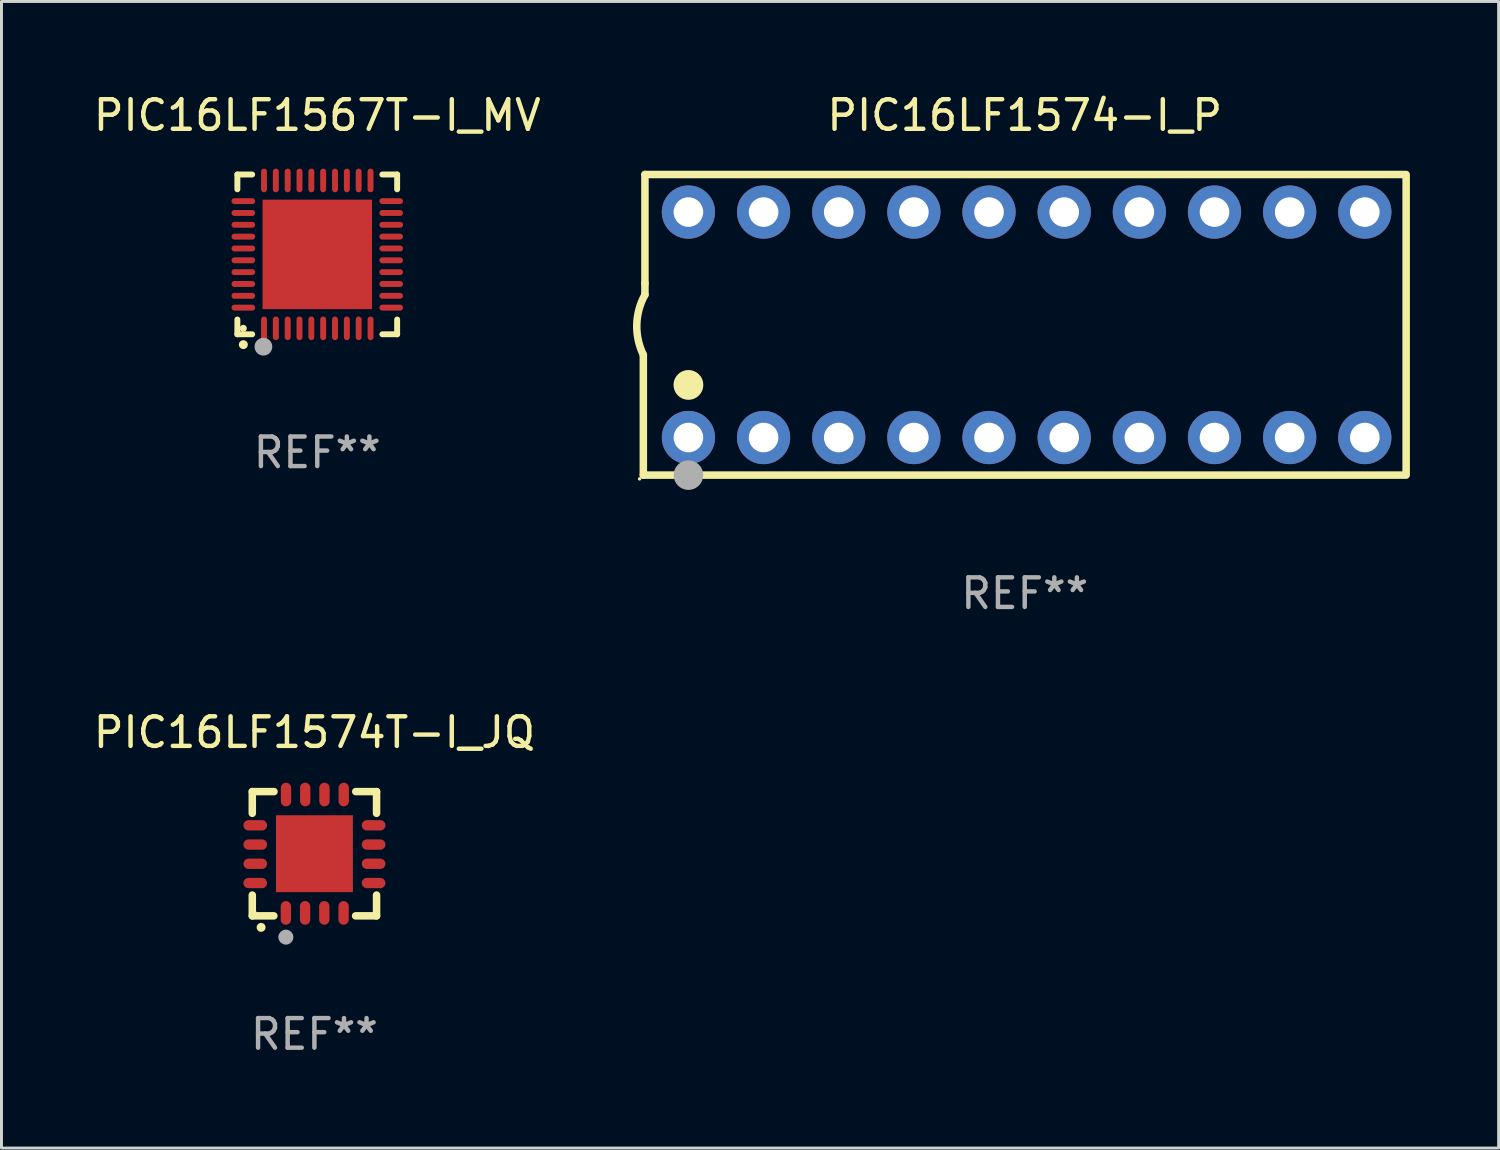
<source format=kicad_pcb>
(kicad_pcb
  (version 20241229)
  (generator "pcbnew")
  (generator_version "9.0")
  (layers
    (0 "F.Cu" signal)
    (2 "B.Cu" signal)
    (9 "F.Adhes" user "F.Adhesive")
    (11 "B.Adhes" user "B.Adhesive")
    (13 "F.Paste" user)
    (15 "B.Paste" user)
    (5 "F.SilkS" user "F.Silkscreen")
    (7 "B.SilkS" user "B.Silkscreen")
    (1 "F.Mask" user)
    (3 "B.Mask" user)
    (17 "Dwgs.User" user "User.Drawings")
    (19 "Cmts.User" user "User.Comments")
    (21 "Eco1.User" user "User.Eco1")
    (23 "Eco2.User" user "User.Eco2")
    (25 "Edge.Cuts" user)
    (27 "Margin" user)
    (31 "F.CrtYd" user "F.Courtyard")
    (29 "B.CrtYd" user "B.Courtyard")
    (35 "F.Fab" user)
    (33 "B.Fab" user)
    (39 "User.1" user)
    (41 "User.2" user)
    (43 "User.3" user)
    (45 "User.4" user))
  (footprint "PIC16LF1574-I_P"
    (layer "F.Cu")
    (at 31.585 7.928)
    (property "Reference" "PIC16LF1574-I_P" (at 0 -7.08 0) (layer "F.SilkS") (effects (font (size 1 1) (thickness 0.15))))
    (attr through_hole)
    (fp_line (start -12.891 5.08) (end -12.891 1.016) (stroke (width 0.254) (type solid)) (layer "F.SilkS"))
    (fp_line (start -12.891 5.08) (end 12.891 5.08) (stroke (width 0.254) (type solid)) (layer "F.SilkS"))
    (fp_line (start -12.837 -5.08) (end -12.837 -1.397) (stroke (width 0.254) (type solid)) (layer "F.SilkS"))
    (fp_line (start -12.837 -5.08) (end 12.891 -5.08) (stroke (width 0.254) (type solid)) (layer "F.SilkS"))
    (fp_line (start -12.837 -1.397) (end -12.837 -1.016) (stroke (width 0.254) (type solid)) (layer "F.SilkS"))
    (fp_line (start 12.891 -5) (end 12.891 5) (stroke (width 0.254) (type solid)) (layer "F.SilkS"))
    (fp_arc (start -12.890526 1.016002) (mid -13.111945 -0.006602) (end -12.836525 -1.016002) (stroke (width 0.254001) (type solid)) (layer "F.SilkS"))
    (fp_circle (center -13.018 5.207) (end -12.988 5.207) (stroke (width 0.06) (type solid)) (fill no) (layer "F.SilkS"))
    (fp_circle (center -11.367 2.032) (end -11.113 2.032) (stroke (width 0.5) (type solid)) (fill no) (layer "F.SilkS"))
    (fp_circle (center -11.367 5.08) (end -11.117 5.08) (stroke (width 0.5) (type solid)) (fill no) (layer "F.Fab"))
    (fp_text user "REF**" (at 0 9.08 0) (layer "F.Fab") (effects (font (size 1 1) (thickness 0.15))))
    (pad "1" thru_hole circle (at -11.367 3.81) (size 1.8 1.8) (drill 1) (layers "*.Cu" "*.Mask"))
    (pad "2" thru_hole circle (at -8.827 3.81) (size 1.8 1.8) (drill 1) (layers "*.Cu" "*.Mask"))
    (pad "3" thru_hole circle (at -6.287 3.81) (size 1.8 1.8) (drill 1) (layers "*.Cu" "*.Mask"))
    (pad "4" thru_hole circle (at -3.747 3.81) (size 1.8 1.8) (drill 1) (layers "*.Cu" "*.Mask"))
    (pad "5" thru_hole circle (at -1.207 3.81) (size 1.8 1.8) (drill 1) (layers "*.Cu" "*.Mask"))
    (pad "6" thru_hole circle (at 1.334 3.81) (size 1.8 1.8) (drill 1) (layers "*.Cu" "*.Mask"))
    (pad "7" thru_hole circle (at 3.874 3.81) (size 1.8 1.8) (drill 1) (layers "*.Cu" "*.Mask"))
    (pad "8" thru_hole circle (at 6.414 3.81) (size 1.8 1.8) (drill 1) (layers "*.Cu" "*.Mask"))
    (pad "9" thru_hole circle (at 8.954 3.81) (size 1.8 1.8) (drill 1) (layers "*.Cu" "*.Mask"))
    (pad "10" thru_hole circle (at 11.494 3.81) (size 1.8 1.8) (drill 1) (layers "*.Cu" "*.Mask"))
    (pad "11" thru_hole circle (at 11.494 -3.81) (size 1.8 1.8) (drill 1) (layers "*.Cu" "*.Mask"))
    (pad "12" thru_hole circle (at 8.954 -3.81) (size 1.8 1.8) (drill 1) (layers "*.Cu" "*.Mask"))
    (pad "13" thru_hole circle (at 6.414 -3.81) (size 1.8 1.8) (drill 1) (layers "*.Cu" "*.Mask"))
    (pad "14" thru_hole circle (at 3.874 -3.81) (size 1.8 1.8) (drill 1) (layers "*.Cu" "*.Mask"))
    (pad "15" thru_hole circle (at 1.334 -3.81) (size 1.8 1.8) (drill 1) (layers "*.Cu" "*.Mask"))
    (pad "16" thru_hole circle (at -1.207 -3.81) (size 1.8 1.8) (drill 1) (layers "*.Cu" "*.Mask"))
    (pad "17" thru_hole circle (at -3.747 -3.81) (size 1.8 1.8) (drill 1) (layers "*.Cu" "*.Mask"))
    (pad "18" thru_hole circle (at -6.287 -3.81) (size 1.8 1.8) (drill 1) (layers "*.Cu" "*.Mask"))
    (pad "19" thru_hole circle (at -8.827 -3.81) (size 1.8 1.8) (drill 1) (layers "*.Cu" "*.Mask"))
    (pad "20" thru_hole circle (at -11.367 -3.81) (size 1.8 1.8) (drill 1) (layers "*.Cu" "*.Mask")))
  (footprint "PIC16LF1567T-I_MV"
    (layer "F.Cu")
    (at 7.673 5.548)
    (property "Reference" "PIC16LF1567T-I_MV" (at 0 -4.7 0) (layer "F.SilkS") (effects (font (size 1 1) (thickness 0.15))))
    (attr through_hole)
    (fp_line (start -2.7 -2.7) (end -2.7 -2.2) (stroke (width 0.2) (type solid)) (layer "F.SilkS"))
    (fp_line (start -2.7 2.7) (end -2.7 2.2) (stroke (width 0.2) (type solid)) (layer "F.SilkS"))
    (fp_line (start -2.2 -2.7) (end -2.7 -2.7) (stroke (width 0.2) (type solid)) (layer "F.SilkS"))
    (fp_line (start -2.2 2.7) (end -2.7 2.7) (stroke (width 0.2) (type solid)) (layer "F.SilkS"))
    (fp_line (start 2.7 -2.7) (end 2.2 -2.7) (stroke (width 0.2) (type solid)) (layer "F.SilkS"))
    (fp_line (start 2.7 -2.2) (end 2.7 -2.7) (stroke (width 0.2) (type solid)) (layer "F.SilkS"))
    (fp_line (start 2.7 2.2) (end 2.7 2.7) (stroke (width 0.2) (type solid)) (layer "F.SilkS"))
    (fp_line (start 2.7 2.7) (end 2.2 2.7) (stroke (width 0.2) (type solid)) (layer "F.SilkS"))
    (fp_arc (start -2.499365 3.050546) (mid -2.498095 3.050541) (end -2.496825 3.050546) (stroke (width 0.3) (type solid)) (layer "F.SilkS"))
    (fp_circle (center -2.5 2.5) (end -2.44 2.5) (stroke (width 0.12) (type solid)) (fill no) (layer "F.SilkS"))
    (fp_circle (center -1.82 3.12) (end -1.67 3.12) (stroke (width 0.3) (type solid)) (fill no) (layer "F.Fab"))
    (fp_text user "REF**" (at 0 6.7 0) (layer "F.Fab") (effects (font (size 1 1) (thickness 0.15))))
    (pad "1" smd oval (at -1.8 2.499) (size 0.2 0.8) (layers "F.Cu" "F.Mask" "F.Paste"))
    (pad "2" smd oval (at -1.4 2.499) (size 0.2 0.8) (layers "F.Cu" "F.Mask" "F.Paste"))
    (pad "3" smd oval (at -1 2.499) (size 0.2 0.8) (layers "F.Cu" "F.Mask" "F.Paste"))
    (pad "4" smd oval (at -0.6 2.499) (size 0.2 0.8) (layers "F.Cu" "F.Mask" "F.Paste"))
    (pad "5" smd oval (at -0.2 2.499) (size 0.2 0.8) (layers "F.Cu" "F.Mask" "F.Paste"))
    (pad "6" smd oval (at 0.2 2.499) (size 0.2 0.8) (layers "F.Cu" "F.Mask" "F.Paste"))
    (pad "7" smd oval (at 0.6 2.499) (size 0.2 0.8) (layers "F.Cu" "F.Mask" "F.Paste"))
    (pad "8" smd oval (at 1 2.499) (size 0.2 0.8) (layers "F.Cu" "F.Mask" "F.Paste"))
    (pad "9" smd oval (at 1.4 2.499) (size 0.2 0.8) (layers "F.Cu" "F.Mask" "F.Paste"))
    (pad "10" smd oval (at 1.8 2.499) (size 0.2 0.8) (layers "F.Cu" "F.Mask" "F.Paste"))
    (pad "11" smd oval (at 2.499 1.8) (size 0.8 0.2) (layers "F.Cu" "F.Mask" "F.Paste"))
    (pad "12" smd oval (at 2.499 1.4) (size 0.8 0.2) (layers "F.Cu" "F.Mask" "F.Paste"))
    (pad "13" smd oval (at 2.499 1) (size 0.8 0.2) (layers "F.Cu" "F.Mask" "F.Paste"))
    (pad "14" smd oval (at 2.499 0.6) (size 0.8 0.2) (layers "F.Cu" "F.Mask" "F.Paste"))
    (pad "15" smd oval (at 2.499 0.2) (size 0.8 0.2) (layers "F.Cu" "F.Mask" "F.Paste"))
    (pad "16" smd oval (at 2.499 -0.2) (size 0.8 0.2) (layers "F.Cu" "F.Mask" "F.Paste"))
    (pad "17" smd oval (at 2.499 -0.6) (size 0.8 0.2) (layers "F.Cu" "F.Mask" "F.Paste"))
    (pad "18" smd oval (at 2.499 -1) (size 0.8 0.2) (layers "F.Cu" "F.Mask" "F.Paste"))
    (pad "19" smd oval (at 2.499 -1.4) (size 0.8 0.2) (layers "F.Cu" "F.Mask" "F.Paste"))
    (pad "20" smd oval (at 2.499 -1.8) (size 0.8 0.2) (layers "F.Cu" "F.Mask" "F.Paste"))
    (pad "21" smd oval (at 1.8 -2.499) (size 0.2 0.8) (layers "F.Cu" "F.Mask" "F.Paste"))
    (pad "22" smd oval (at 1.4 -2.499) (size 0.2 0.8) (layers "F.Cu" "F.Mask" "F.Paste"))
    (pad "23" smd oval (at 1 -2.499) (size 0.2 0.8) (layers "F.Cu" "F.Mask" "F.Paste"))
    (pad "24" smd oval (at 0.6 -2.499) (size 0.2 0.8) (layers "F.Cu" "F.Mask" "F.Paste"))
    (pad "25" smd oval (at 0.2 -2.499) (size 0.2 0.8) (layers "F.Cu" "F.Mask" "F.Paste"))
    (pad "26" smd oval (at -0.2 -2.499) (size 0.2 0.8) (layers "F.Cu" "F.Mask" "F.Paste"))
    (pad "27" smd oval (at -0.6 -2.499) (size 0.2 0.8) (layers "F.Cu" "F.Mask" "F.Paste"))
    (pad "28" smd oval (at -1 -2.499) (size 0.2 0.8) (layers "F.Cu" "F.Mask" "F.Paste"))
    (pad "29" smd oval (at -1.4 -2.499) (size 0.2 0.8) (layers "F.Cu" "F.Mask" "F.Paste"))
    (pad "30" smd oval (at -1.8 -2.499) (size 0.2 0.8) (layers "F.Cu" "F.Mask" "F.Paste"))
    (pad "31" smd oval (at -2.499 -1.8) (size 0.8 0.2) (layers "F.Cu" "F.Mask" "F.Paste"))
    (pad "32" smd oval (at -2.499 -1.4) (size 0.8 0.2) (layers "F.Cu" "F.Mask" "F.Paste"))
    (pad "33" smd oval (at -2.499 -1) (size 0.8 0.2) (layers "F.Cu" "F.Mask" "F.Paste"))
    (pad "34" smd oval (at -2.499 -0.6) (size 0.8 0.2) (layers "F.Cu" "F.Mask" "F.Paste"))
    (pad "35" smd oval (at -2.499 -0.2) (size 0.8 0.2) (layers "F.Cu" "F.Mask" "F.Paste"))
    (pad "36" smd oval (at -2.499 0.2) (size 0.8 0.2) (layers "F.Cu" "F.Mask" "F.Paste"))
    (pad "37" smd oval (at -2.499 0.6) (size 0.8 0.2) (layers "F.Cu" "F.Mask" "F.Paste"))
    (pad "38" smd oval (at -2.499 1) (size 0.8 0.2) (layers "F.Cu" "F.Mask" "F.Paste"))
    (pad "39" smd oval (at -2.499 1.4) (size 0.8 0.2) (layers "F.Cu" "F.Mask" "F.Paste"))
    (pad "40" smd oval (at -2.499 1.8) (size 0.8 0.2) (layers "F.Cu" "F.Mask" "F.Paste"))
    (pad "41" smd rect (at 0 0) (size 3.7 3.7) (layers "F.Cu" "F.Mask" "F.Paste")))
  (footprint "PIC16LF1574T-I_JQ"
    (layer "F.Cu")
    (at 7.577 25.805)
    (property "Reference" "PIC16LF1574T-I_JQ" (at 0 -4.1 0) (layer "F.SilkS") (effects (font (size 1 1) (thickness 0.15))))
    (attr through_hole)
    (fp_line (start -2.1 -2.1) (end -1.366 -2.1) (stroke (width 0.254) (type solid)) (layer "F.SilkS"))
    (fp_line (start -2.1 -1.366) (end -2.1 -2.1) (stroke (width 0.254) (type solid)) (layer "F.SilkS"))
    (fp_line (start -2.1 2.1) (end -2.1 1.397) (stroke (width 0.254) (type solid)) (layer "F.SilkS"))
    (fp_line (start -2.1 2.1) (end -1.371 2.1) (stroke (width 0.254) (type solid)) (layer "F.SilkS"))
    (fp_line (start 1.392 2.1) (end 2.1 2.1) (stroke (width 0.254) (type solid)) (layer "F.SilkS"))
    (fp_line (start 1.397 -2.1) (end 2.1 -2.1) (stroke (width 0.254) (type solid)) (layer "F.SilkS"))
    (fp_line (start 2.1 -1.366) (end 2.1 -2.1) (stroke (width 0.254) (type solid)) (layer "F.SilkS"))
    (fp_line (start 2.1 2.1) (end 2.1 1.397) (stroke (width 0.254) (type solid)) (layer "F.SilkS"))
    (fp_arc (start -1.803404 2.489205) (mid -1.802134 2.4892) (end -1.800864 2.489205) (stroke (width 0.3) (type solid)) (layer "F.SilkS"))
    (fp_circle (center -2 2) (end -1.97 2) (stroke (width 0.06) (type solid)) (fill no) (layer "F.SilkS"))
    (fp_circle (center -0.965 2.819) (end -0.838 2.819) (stroke (width 0.254) (type solid)) (fill no) (layer "F.Fab"))
    (fp_text user "REF**" (at 0 6.1 0) (layer "F.Fab") (effects (font (size 1 1) (thickness 0.15))))
    (pad "1" smd oval (at -0.965 2) (size 0.35 0.8) (layers "F.Cu" "F.Mask" "F.Paste"))
    (pad "2" smd oval (at -0.315 2) (size 0.35 0.8) (layers "F.Cu" "F.Mask" "F.Paste"))
    (pad "3" smd oval (at 0.335 2) (size 0.35 0.8) (layers "F.Cu" "F.Mask" "F.Paste"))
    (pad "4" smd oval (at 0.986 2) (size 0.35 0.8) (layers "F.Cu" "F.Mask" "F.Paste"))
    (pad "5" smd oval (at 2 0.991 90) (size 0.35 0.8) (layers "F.Cu" "F.Mask" "F.Paste"))
    (pad "6" smd oval (at 2 0.34 90) (size 0.35 0.8) (layers "F.Cu" "F.Mask" "F.Paste"))
    (pad "7" smd oval (at 2 -0.31 90) (size 0.35 0.8) (layers "F.Cu" "F.Mask" "F.Paste"))
    (pad "8" smd oval (at 2 -0.96 90) (size 0.35 0.8) (layers "F.Cu" "F.Mask" "F.Paste"))
    (pad "9" smd oval (at 0.991 -2) (size 0.35 0.8) (layers "F.Cu" "F.Mask" "F.Paste"))
    (pad "10" smd oval (at 0.34 -2) (size 0.35 0.8) (layers "F.Cu" "F.Mask" "F.Paste"))
    (pad "11" smd oval (at -0.31 -2) (size 0.35 0.8) (layers "F.Cu" "F.Mask" "F.Paste"))
    (pad "12" smd oval (at -0.96 -2) (size 0.35 0.8) (layers "F.Cu" "F.Mask" "F.Paste"))
    (pad "13" smd oval (at -2 -0.96 90) (size 0.35 0.8) (layers "F.Cu" "F.Mask" "F.Paste"))
    (pad "14" smd oval (at -2 -0.31 90) (size 0.35 0.8) (layers "F.Cu" "F.Mask" "F.Paste"))
    (pad "15" smd oval (at -2 0.34 90) (size 0.35 0.8) (layers "F.Cu" "F.Mask" "F.Paste"))
    (pad "16" smd oval (at -2 0.991 90) (size 0.35 0.8) (layers "F.Cu" "F.Mask" "F.Paste"))
    (pad "17" smd rect (at 0 0 90) (size 2.6 2.6) (layers "F.Cu" "F.Mask" "F.Paste")))
  (gr_rect
    (start -3 -3)
    (end 47.602 35.753)
    (stroke (width 0.1) (type default))
    (fill no)
    (layer "Edge.Cuts")))
</source>
